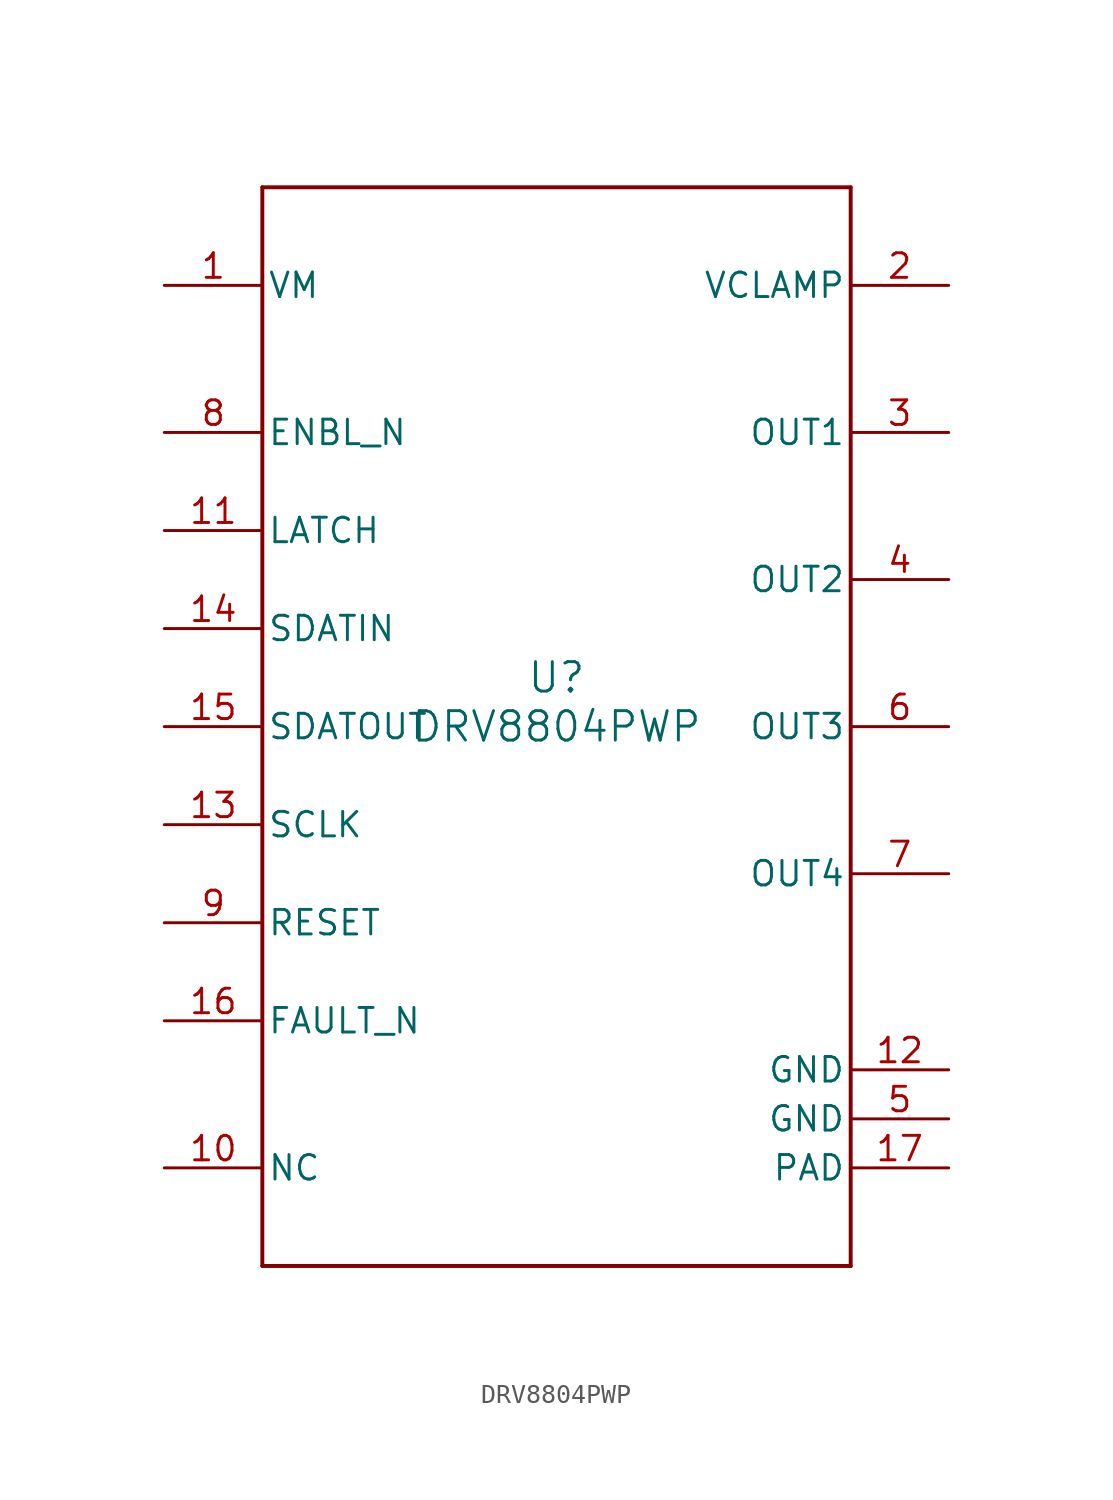
<source format=kicad_sym>
(kicad_symbol_lib
  (version 20211014)
  (generator kicad_symbol_editor)
  (symbol "DRV8804PWP"
    (pin_names
      (offset 0.254))
    (property "Reference" "U"
      (at 0 2.54 0)
      (effects (font (size 1.524 1.524))))
    (property "Value" "DRV8804PWP"
      (at 0 0 0)
      (effects (font (size 1.524 1.524))))
    (symbol "DRV8804PWP_0_1"
      (polyline (pts (xy -15.24 -27.94) (xy 15.24 -27.94)) (stroke (width 0.203) (type default) (color 0 0 0 0)) (fill (type none)))
      (polyline (pts (xy 15.24 -27.94) (xy 15.24 27.94)) (stroke (width 0.203) (type default) (color 0 0 0 0)) (fill (type none)))
      (polyline (pts (xy 15.24 27.94) (xy -15.24 27.94)) (stroke (width 0.203) (type default) (color 0 0 0 0)) (fill (type none)))
      (polyline (pts (xy -15.24 27.94) (xy -15.24 -27.94)) (stroke (width 0.203) (type default) (color 0 0 0 0)) (fill (type none)))
      (pin power_in line (at -20.32 22.86 0) (length 5.08) (name "VM" (effects (font (size 1.27 1.27)))) (number "1" (effects (font (size 1.27 1.27)))))
      (pin output line (at 20.32 22.86 180) (length 5.08) (name "VCLAMP" (effects (font (size 1.27 1.27)))) (number "2" (effects (font (size 1.27 1.27)))))
      (pin output line (at 20.32 15.24 180) (length 5.08) (name "OUT1" (effects (font (size 1.27 1.27)))) (number "3" (effects (font (size 1.27 1.27)))))
      (pin output line (at 20.32 7.62 180) (length 5.08) (name "OUT2" (effects (font (size 1.27 1.27)))) (number "4" (effects (font (size 1.27 1.27)))))
      (pin power_in line (at 20.32 -20.32 180) (length 5.08) (name "GND" (effects (font (size 1.27 1.27)))) (number "5" (effects (font (size 1.27 1.27)))))
      (pin output line (at 20.32 0 180) (length 5.08) (name "OUT3" (effects (font (size 1.27 1.27)))) (number "6" (effects (font (size 1.27 1.27)))))
      (pin output line (at 20.32 -7.62 180) (length 5.08) (name "OUT4" (effects (font (size 1.27 1.27)))) (number "7" (effects (font (size 1.27 1.27)))))
      (pin input line (at -20.32 15.24 0) (length 5.08) (name "ENBL_N" (effects (font (size 1.27 1.27)))) (number "8" (effects (font (size 1.27 1.27)))))
      (pin input line (at -20.32 -10.16 0) (length 5.08) (name "RESET" (effects (font (size 1.27 1.27)))) (number "9" (effects (font (size 1.27 1.27)))))
      (pin unspecified line (at -20.32 -22.86 0) (length 5.08) (name "NC" (effects (font (size 1.27 1.27)))) (number "10" (effects (font (size 1.27 1.27)))))
      (pin input line (at -20.32 10.16 0) (length 5.08) (name "LATCH" (effects (font (size 1.27 1.27)))) (number "11" (effects (font (size 1.27 1.27)))))
      (pin power_in line (at 20.32 -17.78 180) (length 5.08) (name "GND" (effects (font (size 1.27 1.27)))) (number "12" (effects (font (size 1.27 1.27)))))
      (pin input line (at -20.32 -5.08 0) (length 5.08) (name "SCLK" (effects (font (size 1.27 1.27)))) (number "13" (effects (font (size 1.27 1.27)))))
      (pin input line (at -20.32 5.08 0) (length 5.08) (name "SDATIN" (effects (font (size 1.27 1.27)))) (number "14" (effects (font (size 1.27 1.27)))))
      (pin output line (at -20.32 0 0) (length 5.08) (name "SDATOUT" (effects (font (size 1.27 1.27)))) (number "15" (effects (font (size 1.27 1.27)))))
      (pin output line (at -20.32 -15.24 0) (length 5.08) (name "FAULT_N" (effects (font (size 1.27 1.27)))) (number "16" (effects (font (size 1.27 1.27)))))
      (pin power_in line (at 20.32 -22.86 180) (length 5.08) (name "PAD" (effects (font (size 1.27 1.27)))) (number "17" (effects (font (size 1.27 1.27))))))))
</source>
